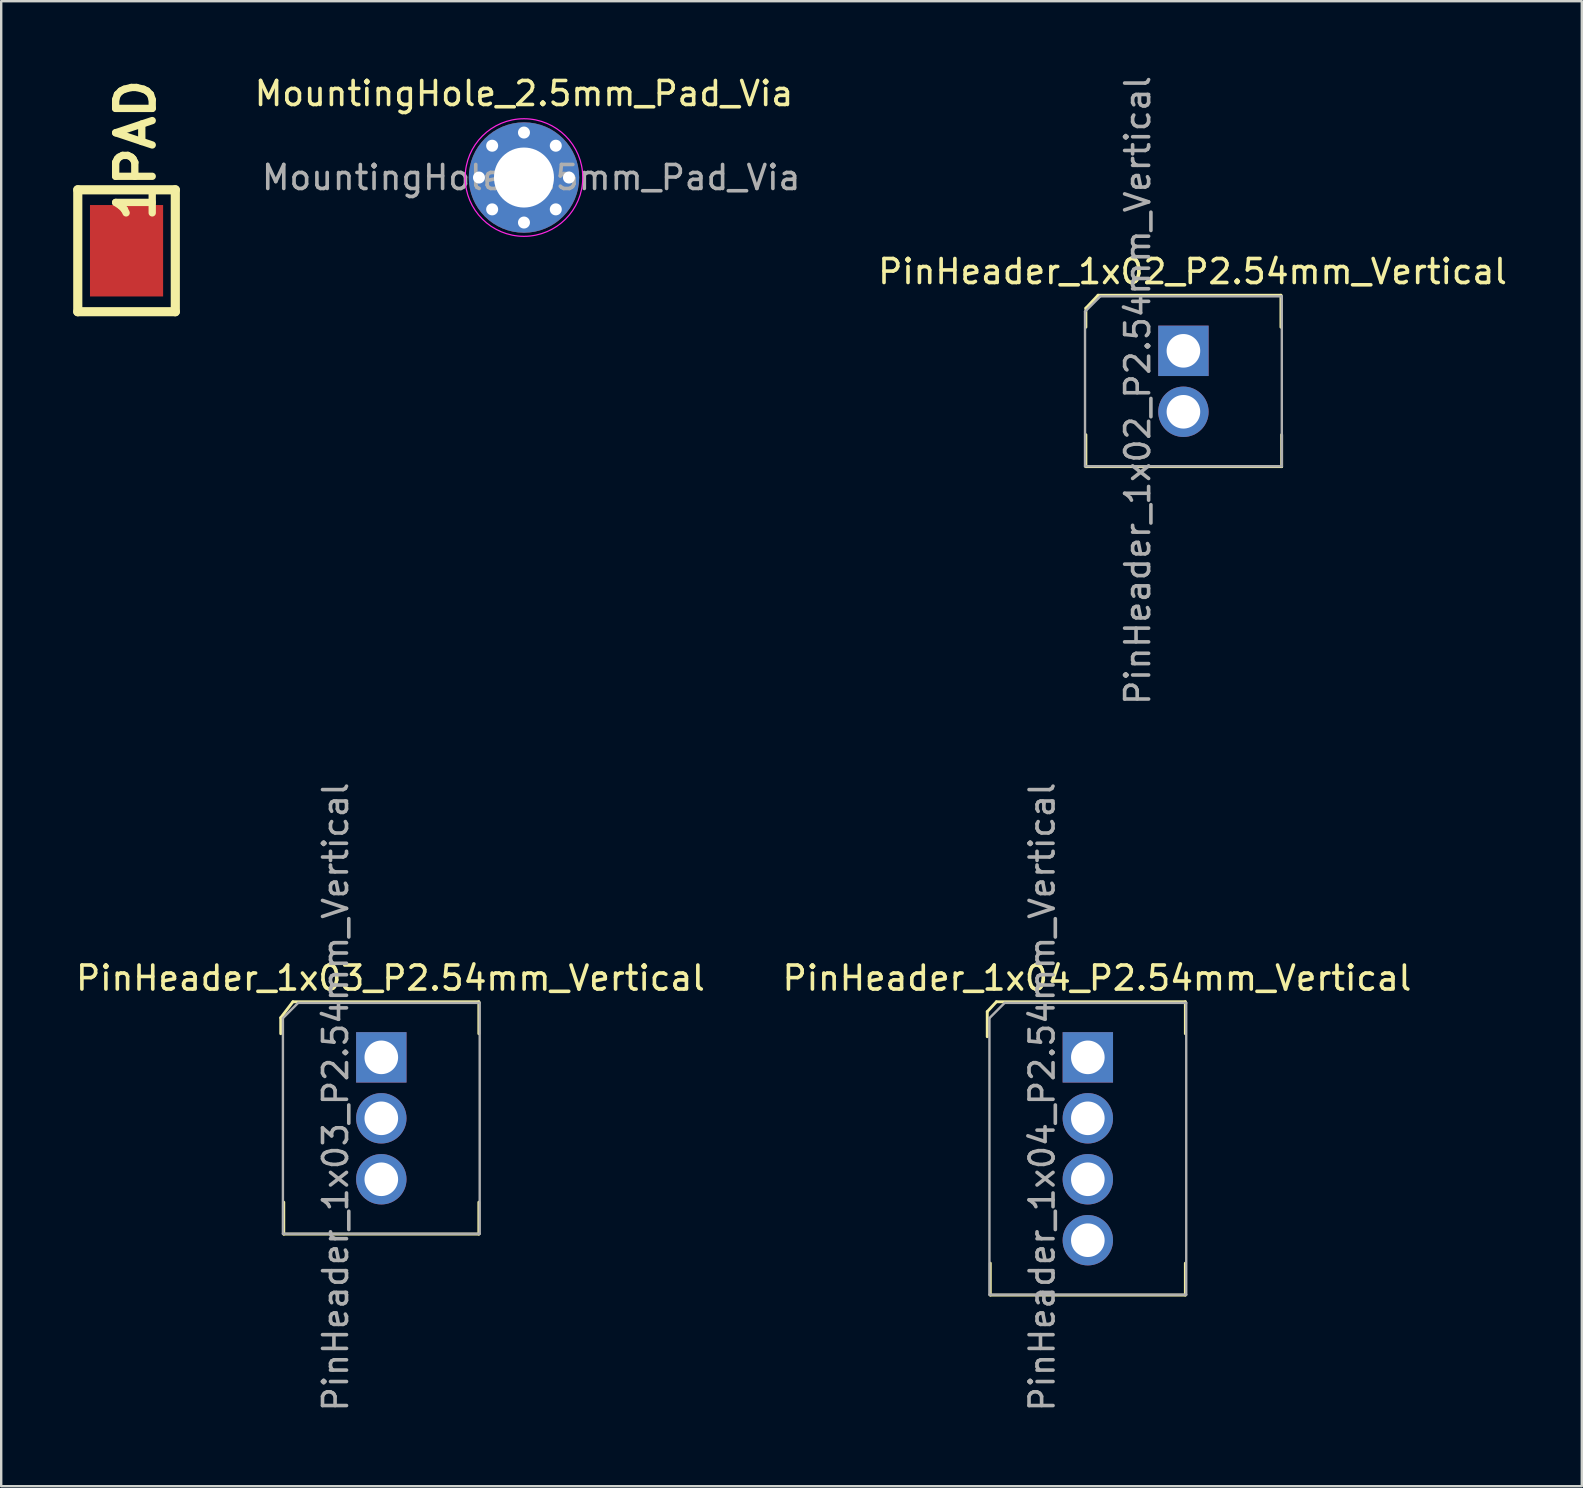
<source format=kicad_pcb>
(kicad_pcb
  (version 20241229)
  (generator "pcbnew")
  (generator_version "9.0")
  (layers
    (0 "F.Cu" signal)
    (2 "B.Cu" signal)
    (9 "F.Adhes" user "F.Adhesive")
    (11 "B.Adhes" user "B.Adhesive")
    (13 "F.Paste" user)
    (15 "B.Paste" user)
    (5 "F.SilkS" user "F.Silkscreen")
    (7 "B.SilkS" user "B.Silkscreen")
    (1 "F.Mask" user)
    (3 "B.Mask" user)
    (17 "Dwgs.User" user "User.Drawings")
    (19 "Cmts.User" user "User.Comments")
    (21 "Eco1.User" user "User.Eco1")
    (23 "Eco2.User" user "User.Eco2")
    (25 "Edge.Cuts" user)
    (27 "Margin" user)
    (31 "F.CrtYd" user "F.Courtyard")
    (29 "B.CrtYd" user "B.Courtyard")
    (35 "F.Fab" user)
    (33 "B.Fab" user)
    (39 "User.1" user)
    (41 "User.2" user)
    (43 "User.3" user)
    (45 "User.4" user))
  (footprint "MountingHole_2.5mm_Pad_Via"
    (layer "F.Cu")
    (at 18.784 4.348)
    (property "Reference" "MountingHole_2.5mm_Pad_Via" (at 0 -3.5 0) (layer "F.SilkS") (effects (font (size 1 1) (thickness 0.15))))
    (attr exclude_from_pos_files exclude_from_bom)
    (fp_circle (center 0 0) (end 2.45 0) (stroke (width 0.05) (type solid)) (fill no) (layer "F.CrtYd"))
    (fp_text user "${REFERENCE}" (at 0.3 0 0) (layer "F.Fab") (effects (font (size 1 1) (thickness 0.15))))
    (pad "1" thru_hole circle (at -1.875 0) (size 0.8 0.8) (drill 0.5) (layers "*.Cu" "*.Mask"))
    (pad "1" thru_hole circle (at -1.326 -1.326) (size 0.8 0.8) (drill 0.5) (layers "*.Cu" "*.Mask"))
    (pad "1" thru_hole circle (at -1.326 1.326) (size 0.8 0.8) (drill 0.5) (layers "*.Cu" "*.Mask"))
    (pad "1" thru_hole circle (at 0 -1.875) (size 0.8 0.8) (drill 0.5) (layers "*.Cu" "*.Mask"))
    (pad "1" thru_hole circle (at 0 0) (size 4.6 4.6) (drill 2.5) (layers "*.Cu" "*.Mask"))
    (pad "1" thru_hole circle (at 0 1.875) (size 0.8 0.8) (drill 0.5) (layers "*.Cu" "*.Mask"))
    (pad "1" thru_hole circle (at 1.326 -1.326) (size 0.8 0.8) (drill 0.5) (layers "*.Cu" "*.Mask"))
    (pad "1" thru_hole circle (at 1.326 1.326) (size 0.8 0.8) (drill 0.5) (layers "*.Cu" "*.Mask"))
    (pad "1" thru_hole circle (at 1.875 0) (size 0.8 0.8) (drill 0.5) (layers "*.Cu" "*.Mask")))
  (footprint "1PAD"
    (layer "F.Cu")
    (at 2.223 7.399)
    (property "Reference" "1PAD" (at 0.381 -4.191 270) (layer "F.SilkS") (effects (font (size 1.524 1.524) (thickness 0.305))))
    (attr through_hole)
    (fp_line (start -2.032 -2.54) (end 2.032 -2.54) (stroke (width 0.381) (type solid)) (layer "F.SilkS"))
    (fp_line (start -2.032 2.54) (end -2.032 -2.54) (stroke (width 0.381) (type solid)) (layer "F.SilkS"))
    (fp_line (start 2.032 -2.54) (end 2.032 2.54) (stroke (width 0.381) (type solid)) (layer "F.SilkS"))
    (fp_line (start 2.032 2.54) (end -2.032 2.54) (stroke (width 0.381) (type solid)) (layer "F.SilkS"))
    (pad "1" smd rect (at 0 0) (size 3.048 3.81) (layers "F.Cu" "F.Mask" "F.Paste")))
  (footprint "PinHeader_1x03_P2.54mm_Vertical"
    (layer "F.Cu")
    (at 12.839 41.01)
    (property "Reference" "PinHeader_1x03_P2.54mm_Vertical" (at 0.381 -3.302 0) (layer "F.SilkS") (effects (font (size 1 1) (thickness 0.15))))
    (attr through_hole)
    (fp_line (start -4.191 -1.651) (end -3.683 -2.316) (stroke (width 0.12) (type solid)) (layer "F.SilkS"))
    (fp_line (start -4.191 -0.986) (end -4.191 -1.651) (stroke (width 0.12) (type solid)) (layer "F.SilkS"))
    (fp_line (start -4.064 7.366) (end -4.064 6.036) (stroke (width 0.12) (type solid)) (layer "F.SilkS"))
    (fp_line (start -4.064 7.366) (end 4.064 7.366) (stroke (width 0.12) (type solid)) (layer "F.SilkS"))
    (fp_line (start -3.683 -2.316) (end 4.064 -2.316) (stroke (width 0.12) (type solid)) (layer "F.SilkS"))
    (fp_line (start 4.064 -0.986) (end 4.064 -2.316) (stroke (width 0.12) (type solid)) (layer "F.SilkS"))
    (fp_line (start 4.064 7.366) (end 4.064 6.036) (stroke (width 0.12) (type solid)) (layer "F.SilkS"))
    (fp_line (start -4.1 -1.635) (end -3.465 -2.27) (stroke (width 0.1) (type solid)) (layer "F.Fab"))
    (fp_line (start -4.1 7.35) (end -4.1 -1.635) (stroke (width 0.1) (type solid)) (layer "F.Fab"))
    (fp_line (start -3.465 -2.27) (end 4.1 -2.27) (stroke (width 0.1) (type solid)) (layer "F.Fab"))
    (fp_line (start 4.1 -2.27) (end 4.1 7.35) (stroke (width 0.1) (type solid)) (layer "F.Fab"))
    (fp_line (start 4.1 7.35) (end -4.1 7.35) (stroke (width 0.1) (type solid)) (layer "F.Fab"))
    (fp_text user "${REFERENCE}" (at -1.905 1.651 90) (layer "F.Fab") (effects (font (size 1 1) (thickness 0.15))))
    (pad "1" thru_hole rect (at 0 0) (size 2.1 2.1) (drill 1.4) (layers "*.Cu" "*.Mask"))
    (pad "2" thru_hole oval (at 0 2.54) (size 2.1 2.1) (drill 1.4) (layers "*.Cu" "*.Mask"))
    (pad "3" thru_hole oval (at 0 5.08) (size 2.1 2.1) (drill 1.4) (layers "*.Cu" "*.Mask")))
  (footprint "PinHeader_1x04_P2.54mm_Vertical"
    (layer "F.Cu")
    (at 42.28 41.01)
    (property "Reference" "PinHeader_1x04_P2.54mm_Vertical" (at 0.381 -3.302 0) (layer "F.SilkS") (effects (font (size 1 1) (thickness 0.15))))
    (attr through_hole)
    (fp_line (start -4.191 -1.905) (end -3.81 -2.316) (stroke (width 0.12) (type solid)) (layer "F.SilkS"))
    (fp_line (start -4.191 -0.859) (end -4.191 -1.905) (stroke (width 0.12) (type solid)) (layer "F.SilkS"))
    (fp_line (start -4.064 9.906) (end -4.064 8.576) (stroke (width 0.12) (type solid)) (layer "F.SilkS"))
    (fp_line (start -4.064 9.906) (end 4.064 9.906) (stroke (width 0.12) (type solid)) (layer "F.SilkS"))
    (fp_line (start -3.81 -2.316) (end 4.064 -2.316) (stroke (width 0.12) (type solid)) (layer "F.SilkS"))
    (fp_line (start 4.064 -0.986) (end 4.064 -2.316) (stroke (width 0.12) (type solid)) (layer "F.SilkS"))
    (fp_line (start 4.064 9.906) (end 4.064 8.576) (stroke (width 0.12) (type solid)) (layer "F.SilkS"))
    (fp_line (start -4.1 -1.635) (end -3.465 -2.27) (stroke (width 0.1) (type solid)) (layer "F.Fab"))
    (fp_line (start -4.1 9.89) (end -4.1 -1.635) (stroke (width 0.1) (type solid)) (layer "F.Fab"))
    (fp_line (start -3.465 -2.27) (end 4.1 -2.27) (stroke (width 0.1) (type solid)) (layer "F.Fab"))
    (fp_line (start 4.1 -2.27) (end 4.1 9.89) (stroke (width 0.1) (type solid)) (layer "F.Fab"))
    (fp_line (start 4.1 9.89) (end -4.1 9.89) (stroke (width 0.1) (type solid)) (layer "F.Fab"))
    (fp_text user "${REFERENCE}" (at -1.905 1.651 90) (layer "F.Fab") (effects (font (size 1 1) (thickness 0.15))))
    (pad "1" thru_hole rect (at 0 0) (size 2.1 2.1) (drill 1.4) (layers "*.Cu" "*.Mask"))
    (pad "2" thru_hole oval (at 0 2.54) (size 2.1 2.1) (drill 1.4) (layers "*.Cu" "*.Mask"))
    (pad "3" thru_hole oval (at 0 5.08) (size 2.1 2.1) (drill 1.4) (layers "*.Cu" "*.Mask"))
    (pad "4" thru_hole oval (at 0 7.62) (size 2.1 2.1) (drill 1.4) (layers "*.Cu" "*.Mask")))
  (footprint "PinHeader_1x02_P2.54mm_Vertical"
    (layer "F.Cu")
    (at 46.263 11.569)
    (property "Reference" "PinHeader_1x02_P2.54mm_Vertical" (at 0.381 -3.302 0) (layer "F.SilkS") (effects (font (size 1 1) (thickness 0.15))))
    (attr through_hole)
    (fp_line (start -4.064 -1.778) (end -3.556 -2.316) (stroke (width 0.12) (type solid)) (layer "F.SilkS"))
    (fp_line (start -4.064 -0.986) (end -4.064 -1.778) (stroke (width 0.12) (type solid)) (layer "F.SilkS"))
    (fp_line (start -4.064 4.826) (end -4.064 3.496) (stroke (width 0.12) (type solid)) (layer "F.SilkS"))
    (fp_line (start -4.064 4.826) (end 4.094 4.826) (stroke (width 0.12) (type solid)) (layer "F.SilkS"))
    (fp_line (start -3.556 -2.316) (end 4.064 -2.316) (stroke (width 0.12) (type solid)) (layer "F.SilkS"))
    (fp_line (start 4.064 -0.986) (end 4.064 -2.316) (stroke (width 0.12) (type solid)) (layer "F.SilkS"))
    (fp_line (start 4.094 4.826) (end 4.094 3.496) (stroke (width 0.12) (type solid)) (layer "F.SilkS"))
    (fp_line (start -4.1 -1.635) (end -3.465 -2.27) (stroke (width 0.1) (type solid)) (layer "F.Fab"))
    (fp_line (start -4.1 4.81) (end -4.1 -1.635) (stroke (width 0.1) (type solid)) (layer "F.Fab"))
    (fp_line (start -3.465 -2.27) (end 4.1 -2.27) (stroke (width 0.1) (type solid)) (layer "F.Fab"))
    (fp_line (start 4.1 -2.27) (end 4.1 4.81) (stroke (width 0.1) (type solid)) (layer "F.Fab"))
    (fp_line (start 4.1 4.81) (end -4.1 4.81) (stroke (width 0.1) (type solid)) (layer "F.Fab"))
    (fp_text user "${REFERENCE}" (at -1.905 1.651 90) (layer "F.Fab") (effects (font (size 1 1) (thickness 0.15))))
    (pad "1" thru_hole rect (at 0 0) (size 2.1 2.1) (drill 1.4) (layers "*.Cu" "*.Mask"))
    (pad "2" thru_hole oval (at 0 2.54) (size 2.1 2.1) (drill 1.4) (layers "*.Cu" "*.Mask")))
  (gr_rect
    (start -3 -3)
    (end 62.864 58.881)
    (stroke (width 0.1) (type default))
    (fill no)
    (layer "Edge.Cuts")))
</source>
